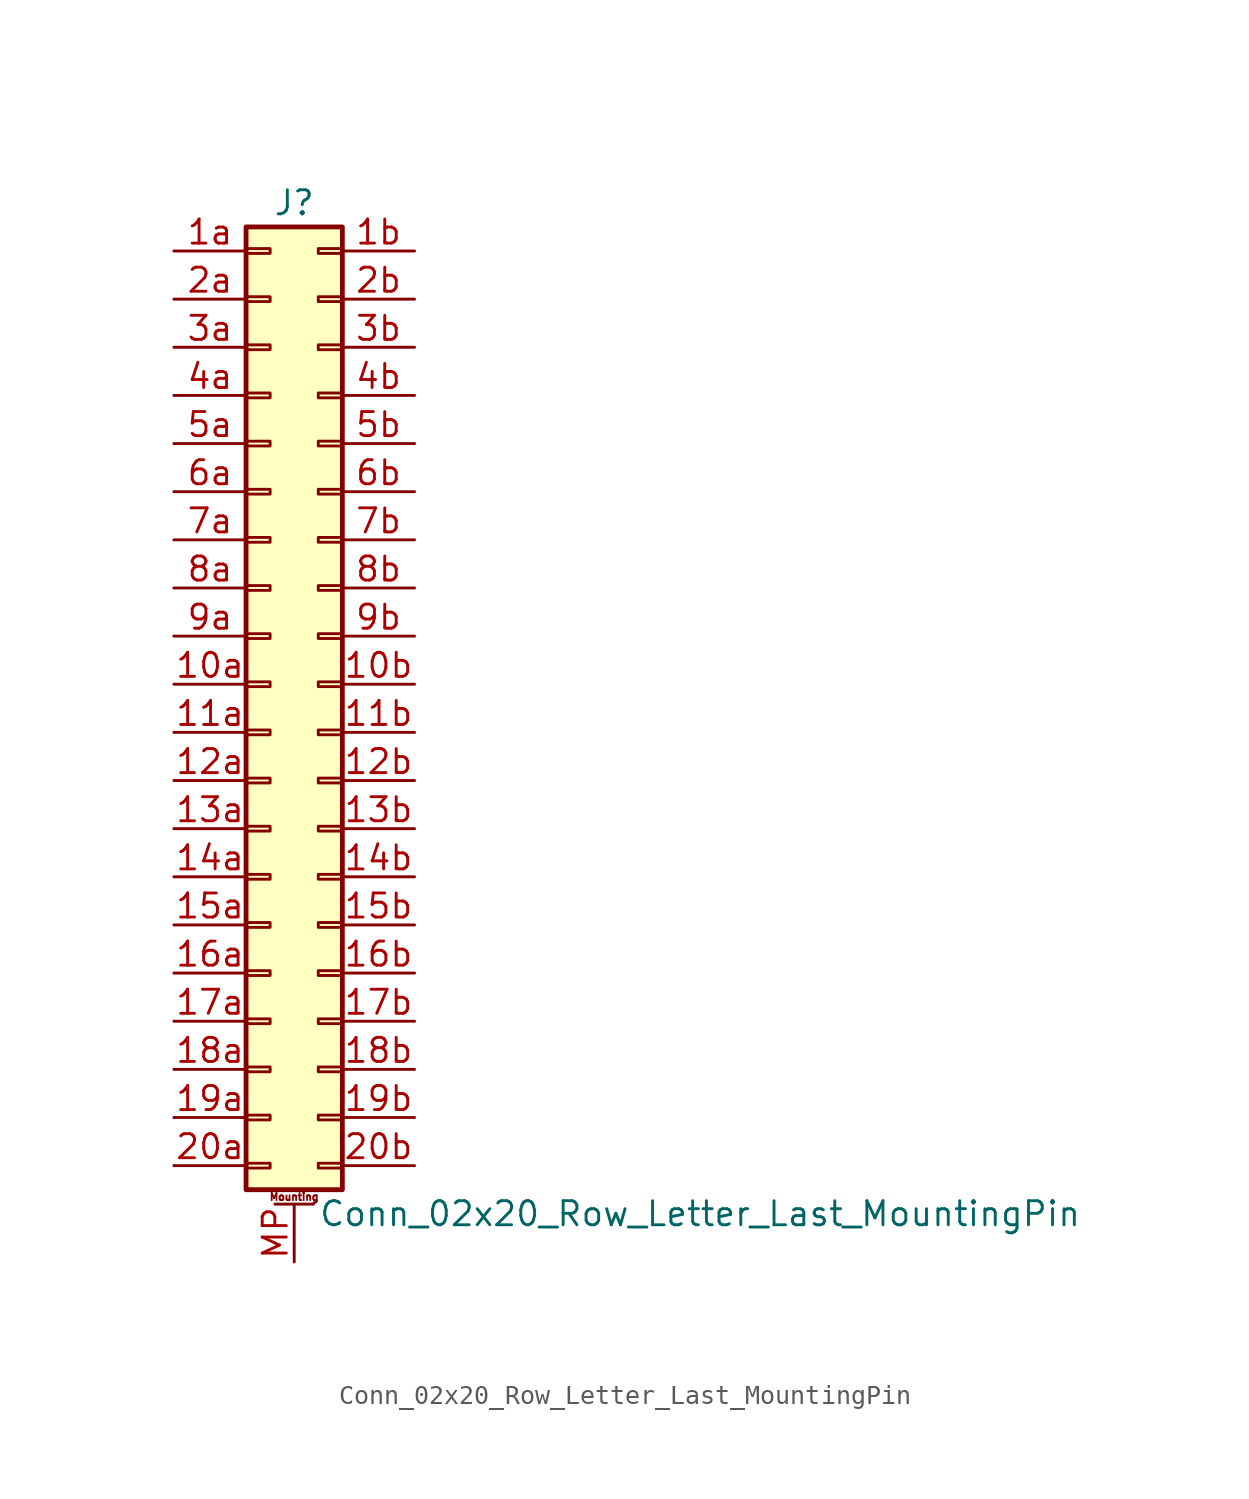
<source format=kicad_sym>
(kicad_symbol_lib
  (version 20220914)
  (generator kicad_symbol_editor)
  (symbol "Conn_02x20_Row_Letter_Last_MountingPin"
    (pin_names
      (offset 1.016) hide)
    (property "Reference" "J"
      (at 1.27 25.4 0)
      (effects (font (size 1.27 1.27))))
    (property "Value" "Conn_02x20_Row_Letter_Last_MountingPin"
      (at 2.54 -27.94 0)
      (effects (font (size 1.27 1.27)) (justify left)))
    (symbol "Conn_02x20_Row_Letter_Last_MountingPin_1_1"
      (rectangle (start -1.27 -25.273) (end 0 -25.527) (stroke (width 0.152) (type default)) (fill (type none)))
      (rectangle (start -1.27 -22.733) (end 0 -22.987) (stroke (width 0.152) (type default)) (fill (type none)))
      (rectangle (start -1.27 -20.193) (end 0 -20.447) (stroke (width 0.152) (type default)) (fill (type none)))
      (rectangle (start -1.27 -17.653) (end 0 -17.907) (stroke (width 0.152) (type default)) (fill (type none)))
      (rectangle (start -1.27 -15.113) (end 0 -15.367) (stroke (width 0.152) (type default)) (fill (type none)))
      (rectangle (start -1.27 -12.573) (end 0 -12.827) (stroke (width 0.152) (type default)) (fill (type none)))
      (rectangle (start -1.27 -10.033) (end 0 -10.287) (stroke (width 0.152) (type default)) (fill (type none)))
      (rectangle (start -1.27 -7.493) (end 0 -7.747) (stroke (width 0.152) (type default)) (fill (type none)))
      (rectangle (start -1.27 -4.953) (end 0 -5.207) (stroke (width 0.152) (type default)) (fill (type none)))
      (rectangle (start -1.27 -2.413) (end 0 -2.667) (stroke (width 0.152) (type default)) (fill (type none)))
      (rectangle (start -1.27 0.127) (end 0 -0.127) (stroke (width 0.152) (type default)) (fill (type none)))
      (rectangle (start -1.27 2.667) (end 0 2.413) (stroke (width 0.152) (type default)) (fill (type none)))
      (rectangle (start -1.27 5.207) (end 0 4.953) (stroke (width 0.152) (type default)) (fill (type none)))
      (rectangle (start -1.27 7.747) (end 0 7.493) (stroke (width 0.152) (type default)) (fill (type none)))
      (rectangle (start -1.27 10.287) (end 0 10.033) (stroke (width 0.152) (type default)) (fill (type none)))
      (rectangle (start -1.27 12.827) (end 0 12.573) (stroke (width 0.152) (type default)) (fill (type none)))
      (rectangle (start -1.27 15.367) (end 0 15.113) (stroke (width 0.152) (type default)) (fill (type none)))
      (rectangle (start -1.27 17.907) (end 0 17.653) (stroke (width 0.152) (type default)) (fill (type none)))
      (rectangle (start -1.27 20.447) (end 0 20.193) (stroke (width 0.152) (type default)) (fill (type none)))
      (rectangle (start -1.27 22.987) (end 0 22.733) (stroke (width 0.152) (type default)) (fill (type none)))
      (rectangle (start -1.27 24.13) (end 3.81 -26.67) (stroke (width 0.254) (type default)) (fill (type background)))
      (polyline (pts (xy 0.254 -27.432) (xy 2.286 -27.432)) (stroke (width 0.152) (type default)) (fill (type none)))
      (rectangle (start 3.81 -25.273) (end 2.54 -25.527) (stroke (width 0.152) (type default)) (fill (type none)))
      (rectangle (start 3.81 -22.733) (end 2.54 -22.987) (stroke (width 0.152) (type default)) (fill (type none)))
      (rectangle (start 3.81 -20.193) (end 2.54 -20.447) (stroke (width 0.152) (type default)) (fill (type none)))
      (rectangle (start 3.81 -17.653) (end 2.54 -17.907) (stroke (width 0.152) (type default)) (fill (type none)))
      (rectangle (start 3.81 -15.113) (end 2.54 -15.367) (stroke (width 0.152) (type default)) (fill (type none)))
      (rectangle (start 3.81 -12.573) (end 2.54 -12.827) (stroke (width 0.152) (type default)) (fill (type none)))
      (rectangle (start 3.81 -10.033) (end 2.54 -10.287) (stroke (width 0.152) (type default)) (fill (type none)))
      (rectangle (start 3.81 -7.493) (end 2.54 -7.747) (stroke (width 0.152) (type default)) (fill (type none)))
      (rectangle (start 3.81 -4.953) (end 2.54 -5.207) (stroke (width 0.152) (type default)) (fill (type none)))
      (rectangle (start 3.81 -2.413) (end 2.54 -2.667) (stroke (width 0.152) (type default)) (fill (type none)))
      (rectangle (start 3.81 0.127) (end 2.54 -0.127) (stroke (width 0.152) (type default)) (fill (type none)))
      (rectangle (start 3.81 2.667) (end 2.54 2.413) (stroke (width 0.152) (type default)) (fill (type none)))
      (rectangle (start 3.81 5.207) (end 2.54 4.953) (stroke (width 0.152) (type default)) (fill (type none)))
      (rectangle (start 3.81 7.747) (end 2.54 7.493) (stroke (width 0.152) (type default)) (fill (type none)))
      (rectangle (start 3.81 10.287) (end 2.54 10.033) (stroke (width 0.152) (type default)) (fill (type none)))
      (rectangle (start 3.81 12.827) (end 2.54 12.573) (stroke (width 0.152) (type default)) (fill (type none)))
      (rectangle (start 3.81 15.367) (end 2.54 15.113) (stroke (width 0.152) (type default)) (fill (type none)))
      (rectangle (start 3.81 17.907) (end 2.54 17.653) (stroke (width 0.152) (type default)) (fill (type none)))
      (rectangle (start 3.81 20.447) (end 2.54 20.193) (stroke (width 0.152) (type default)) (fill (type none)))
      (rectangle (start 3.81 22.987) (end 2.54 22.733) (stroke (width 0.152) (type default)) (fill (type none)))
      (text "Mounting" (at 1.27 -27.051 0) (effects (font (size 0.381 0.381))))
      (pin passive line (at -5.08 0 0) (length 3.81) (name "Pin_10a" (effects (font (size 1.27 1.27)))) (number "10a" (effects (font (size 1.27 1.27)))))
      (pin passive line (at 7.62 0 180) (length 3.81) (name "Pin_10b" (effects (font (size 1.27 1.27)))) (number "10b" (effects (font (size 1.27 1.27)))))
      (pin passive line (at -5.08 -2.54 0) (length 3.81) (name "Pin_11a" (effects (font (size 1.27 1.27)))) (number "11a" (effects (font (size 1.27 1.27)))))
      (pin passive line (at 7.62 -2.54 180) (length 3.81) (name "Pin_11b" (effects (font (size 1.27 1.27)))) (number "11b" (effects (font (size 1.27 1.27)))))
      (pin passive line (at -5.08 -5.08 0) (length 3.81) (name "Pin_12a" (effects (font (size 1.27 1.27)))) (number "12a" (effects (font (size 1.27 1.27)))))
      (pin passive line (at 7.62 -5.08 180) (length 3.81) (name "Pin_12b" (effects (font (size 1.27 1.27)))) (number "12b" (effects (font (size 1.27 1.27)))))
      (pin passive line (at -5.08 -7.62 0) (length 3.81) (name "Pin_13a" (effects (font (size 1.27 1.27)))) (number "13a" (effects (font (size 1.27 1.27)))))
      (pin passive line (at 7.62 -7.62 180) (length 3.81) (name "Pin_13b" (effects (font (size 1.27 1.27)))) (number "13b" (effects (font (size 1.27 1.27)))))
      (pin passive line (at -5.08 -10.16 0) (length 3.81) (name "Pin_14a" (effects (font (size 1.27 1.27)))) (number "14a" (effects (font (size 1.27 1.27)))))
      (pin passive line (at 7.62 -10.16 180) (length 3.81) (name "Pin_14b" (effects (font (size 1.27 1.27)))) (number "14b" (effects (font (size 1.27 1.27)))))
      (pin passive line (at -5.08 -12.7 0) (length 3.81) (name "Pin_15a" (effects (font (size 1.27 1.27)))) (number "15a" (effects (font (size 1.27 1.27)))))
      (pin passive line (at 7.62 -12.7 180) (length 3.81) (name "Pin_15b" (effects (font (size 1.27 1.27)))) (number "15b" (effects (font (size 1.27 1.27)))))
      (pin passive line (at -5.08 -15.24 0) (length 3.81) (name "Pin_16a" (effects (font (size 1.27 1.27)))) (number "16a" (effects (font (size 1.27 1.27)))))
      (pin passive line (at 7.62 -15.24 180) (length 3.81) (name "Pin_16b" (effects (font (size 1.27 1.27)))) (number "16b" (effects (font (size 1.27 1.27)))))
      (pin passive line (at -5.08 -17.78 0) (length 3.81) (name "Pin_17a" (effects (font (size 1.27 1.27)))) (number "17a" (effects (font (size 1.27 1.27)))))
      (pin passive line (at 7.62 -17.78 180) (length 3.81) (name "Pin_17b" (effects (font (size 1.27 1.27)))) (number "17b" (effects (font (size 1.27 1.27)))))
      (pin passive line (at -5.08 -20.32 0) (length 3.81) (name "Pin_18a" (effects (font (size 1.27 1.27)))) (number "18a" (effects (font (size 1.27 1.27)))))
      (pin passive line (at 7.62 -20.32 180) (length 3.81) (name "Pin_18b" (effects (font (size 1.27 1.27)))) (number "18b" (effects (font (size 1.27 1.27)))))
      (pin passive line (at -5.08 -22.86 0) (length 3.81) (name "Pin_19a" (effects (font (size 1.27 1.27)))) (number "19a" (effects (font (size 1.27 1.27)))))
      (pin passive line (at 7.62 -22.86 180) (length 3.81) (name "Pin_19b" (effects (font (size 1.27 1.27)))) (number "19b" (effects (font (size 1.27 1.27)))))
      (pin passive line (at -5.08 22.86 0) (length 3.81) (name "Pin_1a" (effects (font (size 1.27 1.27)))) (number "1a" (effects (font (size 1.27 1.27)))))
      (pin passive line (at 7.62 22.86 180) (length 3.81) (name "Pin_1b" (effects (font (size 1.27 1.27)))) (number "1b" (effects (font (size 1.27 1.27)))))
      (pin passive line (at -5.08 -25.4 0) (length 3.81) (name "Pin_20a" (effects (font (size 1.27 1.27)))) (number "20a" (effects (font (size 1.27 1.27)))))
      (pin passive line (at 7.62 -25.4 180) (length 3.81) (name "Pin_20b" (effects (font (size 1.27 1.27)))) (number "20b" (effects (font (size 1.27 1.27)))))
      (pin passive line (at -5.08 20.32 0) (length 3.81) (name "Pin_2a" (effects (font (size 1.27 1.27)))) (number "2a" (effects (font (size 1.27 1.27)))))
      (pin passive line (at 7.62 20.32 180) (length 3.81) (name "Pin_2b" (effects (font (size 1.27 1.27)))) (number "2b" (effects (font (size 1.27 1.27)))))
      (pin passive line (at -5.08 17.78 0) (length 3.81) (name "Pin_3a" (effects (font (size 1.27 1.27)))) (number "3a" (effects (font (size 1.27 1.27)))))
      (pin passive line (at 7.62 17.78 180) (length 3.81) (name "Pin_3b" (effects (font (size 1.27 1.27)))) (number "3b" (effects (font (size 1.27 1.27)))))
      (pin passive line (at -5.08 15.24 0) (length 3.81) (name "Pin_4a" (effects (font (size 1.27 1.27)))) (number "4a" (effects (font (size 1.27 1.27)))))
      (pin passive line (at 7.62 15.24 180) (length 3.81) (name "Pin_4b" (effects (font (size 1.27 1.27)))) (number "4b" (effects (font (size 1.27 1.27)))))
      (pin passive line (at -5.08 12.7 0) (length 3.81) (name "Pin_5a" (effects (font (size 1.27 1.27)))) (number "5a" (effects (font (size 1.27 1.27)))))
      (pin passive line (at 7.62 12.7 180) (length 3.81) (name "Pin_5b" (effects (font (size 1.27 1.27)))) (number "5b" (effects (font (size 1.27 1.27)))))
      (pin passive line (at -5.08 10.16 0) (length 3.81) (name "Pin_6a" (effects (font (size 1.27 1.27)))) (number "6a" (effects (font (size 1.27 1.27)))))
      (pin passive line (at 7.62 10.16 180) (length 3.81) (name "Pin_6b" (effects (font (size 1.27 1.27)))) (number "6b" (effects (font (size 1.27 1.27)))))
      (pin passive line (at -5.08 7.62 0) (length 3.81) (name "Pin_7a" (effects (font (size 1.27 1.27)))) (number "7a" (effects (font (size 1.27 1.27)))))
      (pin passive line (at 7.62 7.62 180) (length 3.81) (name "Pin_7b" (effects (font (size 1.27 1.27)))) (number "7b" (effects (font (size 1.27 1.27)))))
      (pin passive line (at -5.08 5.08 0) (length 3.81) (name "Pin_8a" (effects (font (size 1.27 1.27)))) (number "8a" (effects (font (size 1.27 1.27)))))
      (pin passive line (at 7.62 5.08 180) (length 3.81) (name "Pin_8b" (effects (font (size 1.27 1.27)))) (number "8b" (effects (font (size 1.27 1.27)))))
      (pin passive line (at -5.08 2.54 0) (length 3.81) (name "Pin_9a" (effects (font (size 1.27 1.27)))) (number "9a" (effects (font (size 1.27 1.27)))))
      (pin passive line (at 7.62 2.54 180) (length 3.81) (name "Pin_9b" (effects (font (size 1.27 1.27)))) (number "9b" (effects (font (size 1.27 1.27)))))
      (pin passive line (at 1.27 -30.48 90) (length 3.048) (name "MountPin" (effects (font (size 1.27 1.27)))) (number "MP" (effects (font (size 1.27 1.27))))))))
</source>
